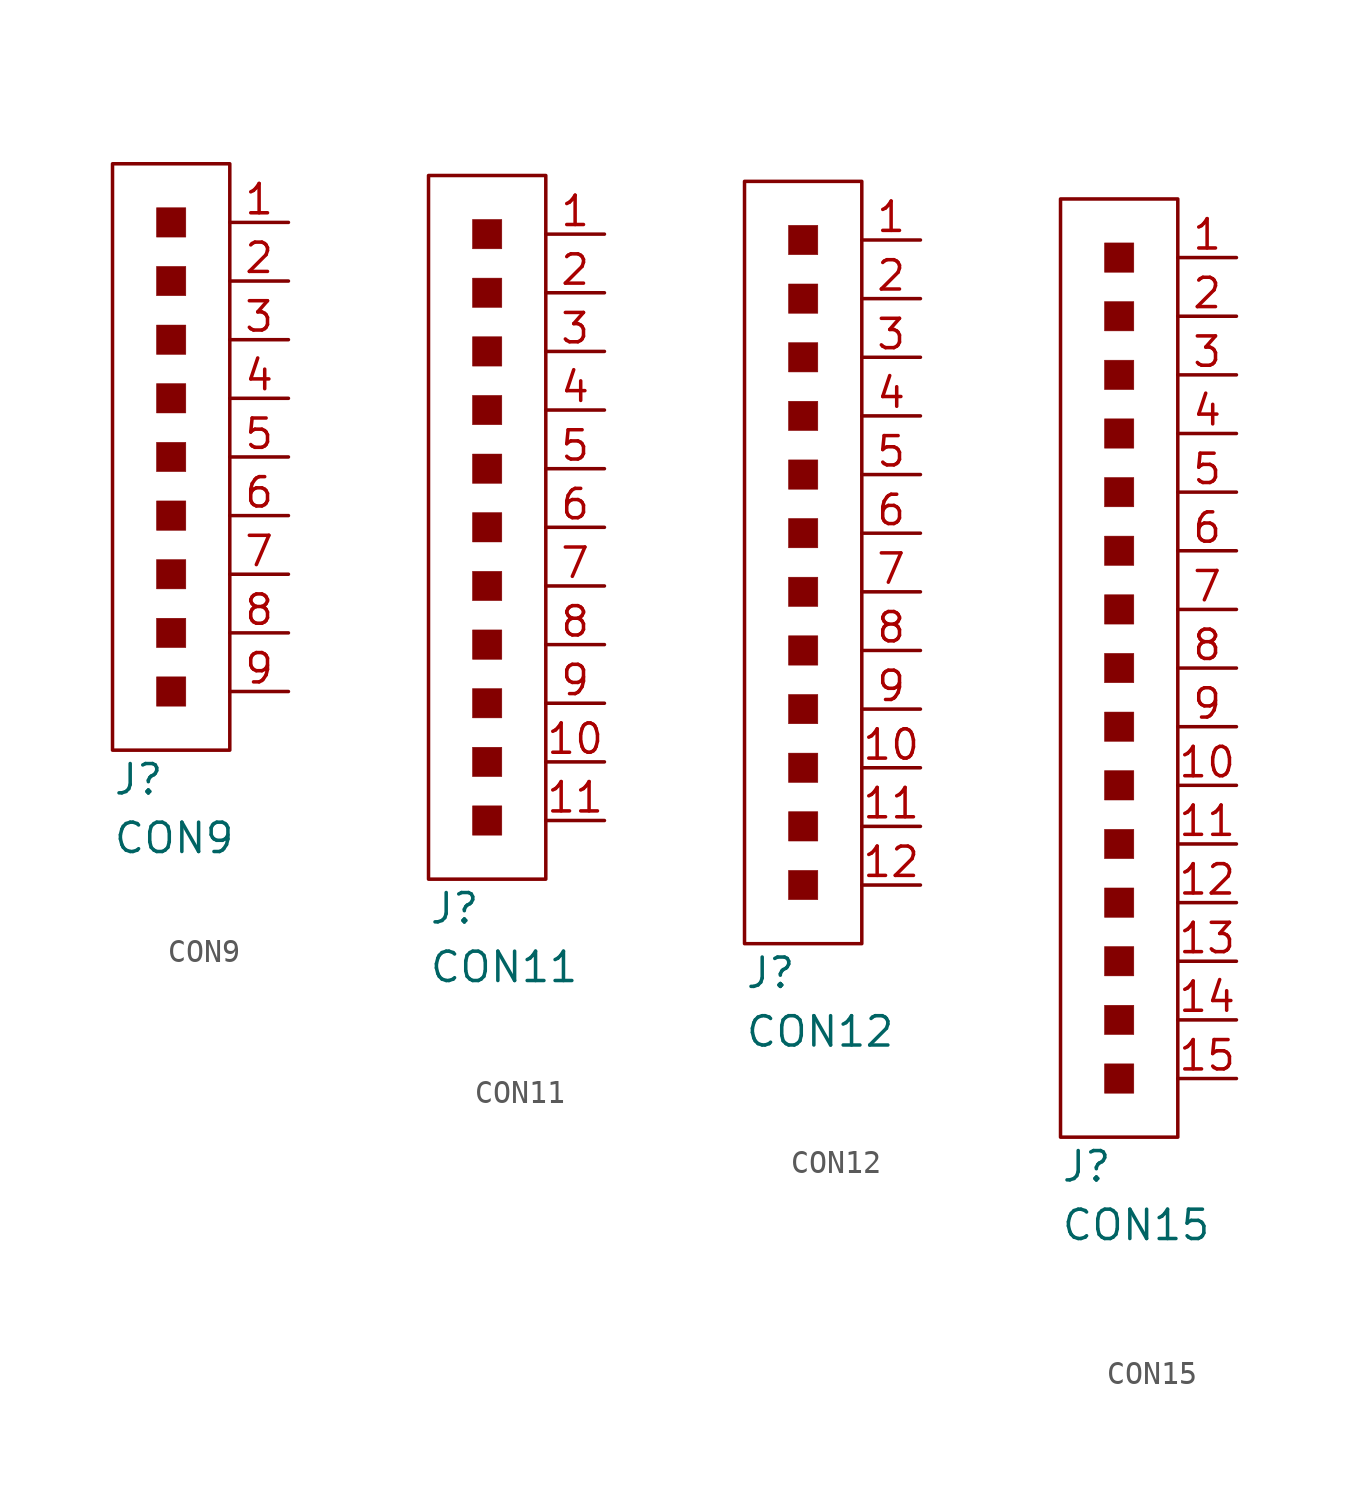
<source format=kicad_sym>
(kicad_symbol_lib
  (version 20211014)
  (generator kicad_symbol_editor)
  (symbol "CON9"
    (pin_names
      (offset 1.016))
    (property "Reference" "J"
      (at -5.08 -13.97 0)
      (effects (font (size 1.27 1.27)) (justify left)))
    (property "Value" "CON9"
      (at -5.08 -16.51 0)
      (effects (font (size 1.27 1.27)) (justify left)))
    (symbol "CON9_0_1"
      (rectangle (start -5.08 12.7) (end 0 -12.7) (stroke (width 0.152) (type default) (color 0 0 0 0)) (fill (type none)))
      (rectangle (start -3.175 -9.525) (end -1.905 -10.795) (stroke (width 0.001) (type default) (color 0 0 0 0)) (fill (type outline)))
      (rectangle (start -3.175 -6.985) (end -1.905 -8.255) (stroke (width 0.001) (type default) (color 0 0 0 0)) (fill (type outline)))
      (rectangle (start -3.175 -4.445) (end -1.905 -5.715) (stroke (width 0.001) (type default) (color 0 0 0 0)) (fill (type outline)))
      (rectangle (start -3.175 -1.905) (end -1.905 -3.175) (stroke (width 0.001) (type default) (color 0 0 0 0)) (fill (type outline)))
      (rectangle (start -3.175 0.635) (end -1.905 -0.635) (stroke (width 0.001) (type default) (color 0 0 0 0)) (fill (type outline)))
      (rectangle (start -3.175 3.175) (end -1.905 1.905) (stroke (width 0.001) (type default) (color 0 0 0 0)) (fill (type outline)))
      (rectangle (start -3.175 5.715) (end -1.905 4.445) (stroke (width 0.001) (type default) (color 0 0 0 0)) (fill (type outline)))
      (rectangle (start -3.175 8.255) (end -1.905 6.985) (stroke (width 0.001) (type default) (color 0 0 0 0)) (fill (type outline)))
      (rectangle (start -3.175 10.795) (end -1.905 9.525) (stroke (width 0.001) (type default) (color 0 0 0 0)) (fill (type outline))))
    (symbol "CON9_1_1"
      (pin passive line (at 2.54 10.16 180) (length 2.54) (name "~" (effects (font (size 1.27 1.27)))) (number "1" (effects (font (size 1.27 1.27)))))
      (pin passive line (at 2.54 7.62 180) (length 2.54) (name "~" (effects (font (size 1.27 1.27)))) (number "2" (effects (font (size 1.27 1.27)))))
      (pin passive line (at 2.54 5.08 180) (length 2.54) (name "~" (effects (font (size 1.27 1.27)))) (number "3" (effects (font (size 1.27 1.27)))))
      (pin passive line (at 2.54 2.54 180) (length 2.54) (name "~" (effects (font (size 1.27 1.27)))) (number "4" (effects (font (size 1.27 1.27)))))
      (pin passive line (at 2.54 0 180) (length 2.54) (name "~" (effects (font (size 1.27 1.27)))) (number "5" (effects (font (size 1.27 1.27)))))
      (pin passive line (at 2.54 -2.54 180) (length 2.54) (name "~" (effects (font (size 1.27 1.27)))) (number "6" (effects (font (size 1.27 1.27)))))
      (pin passive line (at 2.54 -5.08 180) (length 2.54) (name "~" (effects (font (size 1.27 1.27)))) (number "7" (effects (font (size 1.27 1.27)))))
      (pin passive line (at 2.54 -7.62 180) (length 2.54) (name "~" (effects (font (size 1.27 1.27)))) (number "8" (effects (font (size 1.27 1.27)))))
      (pin passive line (at 2.54 -10.16 180) (length 2.54) (name "~" (effects (font (size 1.27 1.27)))) (number "9" (effects (font (size 1.27 1.27)))))))
  (symbol "CON11"
    (pin_names
      (offset 1.016))
    (property "Reference" "J"
      (at -5.08 -16.51 0)
      (effects (font (size 1.27 1.27)) (justify left)))
    (property "Value" "CON11"
      (at -5.08 -19.05 0)
      (effects (font (size 1.27 1.27)) (justify left)))
    (symbol "CON11_0_1"
      (rectangle (start -5.08 15.24) (end 0 -15.24) (stroke (width 0.152) (type default) (color 0 0 0 0)) (fill (type none)))
      (rectangle (start -3.175 -12.065) (end -1.905 -13.335) (stroke (width 0.001) (type default) (color 0 0 0 0)) (fill (type outline)))
      (rectangle (start -3.175 -9.525) (end -1.905 -10.795) (stroke (width 0.001) (type default) (color 0 0 0 0)) (fill (type outline)))
      (rectangle (start -3.175 -6.985) (end -1.905 -8.255) (stroke (width 0.001) (type default) (color 0 0 0 0)) (fill (type outline)))
      (rectangle (start -3.175 -4.445) (end -1.905 -5.715) (stroke (width 0.001) (type default) (color 0 0 0 0)) (fill (type outline)))
      (rectangle (start -3.175 -1.905) (end -1.905 -3.175) (stroke (width 0.001) (type default) (color 0 0 0 0)) (fill (type outline)))
      (rectangle (start -3.175 0.635) (end -1.905 -0.635) (stroke (width 0.001) (type default) (color 0 0 0 0)) (fill (type outline)))
      (rectangle (start -3.175 3.175) (end -1.905 1.905) (stroke (width 0.001) (type default) (color 0 0 0 0)) (fill (type outline)))
      (rectangle (start -3.175 5.715) (end -1.905 4.445) (stroke (width 0.001) (type default) (color 0 0 0 0)) (fill (type outline)))
      (rectangle (start -3.175 8.255) (end -1.905 6.985) (stroke (width 0.001) (type default) (color 0 0 0 0)) (fill (type outline)))
      (rectangle (start -3.175 10.795) (end -1.905 9.525) (stroke (width 0.001) (type default) (color 0 0 0 0)) (fill (type outline)))
      (rectangle (start -3.175 13.335) (end -1.905 12.065) (stroke (width 0.001) (type default) (color 0 0 0 0)) (fill (type outline))))
    (symbol "CON11_1_1"
      (pin passive line (at 2.54 12.7 180) (length 2.54) (name "~" (effects (font (size 1.27 1.27)))) (number "1" (effects (font (size 1.27 1.27)))))
      (pin passive line (at 2.54 -10.16 180) (length 2.54) (name "~" (effects (font (size 1.27 1.27)))) (number "10" (effects (font (size 1.27 1.27)))))
      (pin passive line (at 2.54 -12.7 180) (length 2.54) (name "~" (effects (font (size 1.27 1.27)))) (number "11" (effects (font (size 1.27 1.27)))))
      (pin passive line (at 2.54 10.16 180) (length 2.54) (name "~" (effects (font (size 1.27 1.27)))) (number "2" (effects (font (size 1.27 1.27)))))
      (pin passive line (at 2.54 7.62 180) (length 2.54) (name "~" (effects (font (size 1.27 1.27)))) (number "3" (effects (font (size 1.27 1.27)))))
      (pin passive line (at 2.54 5.08 180) (length 2.54) (name "~" (effects (font (size 1.27 1.27)))) (number "4" (effects (font (size 1.27 1.27)))))
      (pin passive line (at 2.54 2.54 180) (length 2.54) (name "~" (effects (font (size 1.27 1.27)))) (number "5" (effects (font (size 1.27 1.27)))))
      (pin passive line (at 2.54 0 180) (length 2.54) (name "~" (effects (font (size 1.27 1.27)))) (number "6" (effects (font (size 1.27 1.27)))))
      (pin passive line (at 2.54 -2.54 180) (length 2.54) (name "~" (effects (font (size 1.27 1.27)))) (number "7" (effects (font (size 1.27 1.27)))))
      (pin passive line (at 2.54 -5.08 180) (length 2.54) (name "~" (effects (font (size 1.27 1.27)))) (number "8" (effects (font (size 1.27 1.27)))))
      (pin passive line (at 2.54 -7.62 180) (length 2.54) (name "~" (effects (font (size 1.27 1.27)))) (number "9" (effects (font (size 1.27 1.27)))))))
  (symbol "CON12"
    (pin_names
      (offset 1.016))
    (property "Reference" "J"
      (at -5.08 -19.05 0)
      (effects (font (size 1.27 1.27)) (justify left)))
    (property "Value" "CON12"
      (at -5.08 -21.59 0)
      (effects (font (size 1.27 1.27)) (justify left)))
    (symbol "CON12_0_1"
      (rectangle (start -5.08 15.24) (end 0 -17.78) (stroke (width 0.152) (type default) (color 0 0 0 0)) (fill (type none)))
      (rectangle (start -3.175 -14.605) (end -1.905 -15.875) (stroke (width 0.001) (type default) (color 0 0 0 0)) (fill (type outline)))
      (rectangle (start -3.175 -12.065) (end -1.905 -13.335) (stroke (width 0.001) (type default) (color 0 0 0 0)) (fill (type outline)))
      (rectangle (start -3.175 -9.525) (end -1.905 -10.795) (stroke (width 0.001) (type default) (color 0 0 0 0)) (fill (type outline)))
      (rectangle (start -3.175 -6.985) (end -1.905 -8.255) (stroke (width 0.001) (type default) (color 0 0 0 0)) (fill (type outline)))
      (rectangle (start -3.175 -4.445) (end -1.905 -5.715) (stroke (width 0.001) (type default) (color 0 0 0 0)) (fill (type outline)))
      (rectangle (start -3.175 -1.905) (end -1.905 -3.175) (stroke (width 0.001) (type default) (color 0 0 0 0)) (fill (type outline)))
      (rectangle (start -3.175 0.635) (end -1.905 -0.635) (stroke (width 0.001) (type default) (color 0 0 0 0)) (fill (type outline)))
      (rectangle (start -3.175 3.175) (end -1.905 1.905) (stroke (width 0.001) (type default) (color 0 0 0 0)) (fill (type outline)))
      (rectangle (start -3.175 5.715) (end -1.905 4.445) (stroke (width 0.001) (type default) (color 0 0 0 0)) (fill (type outline)))
      (rectangle (start -3.175 8.255) (end -1.905 6.985) (stroke (width 0.001) (type default) (color 0 0 0 0)) (fill (type outline)))
      (rectangle (start -3.175 10.795) (end -1.905 9.525) (stroke (width 0.001) (type default) (color 0 0 0 0)) (fill (type outline)))
      (rectangle (start -3.175 13.335) (end -1.905 12.065) (stroke (width 0.001) (type default) (color 0 0 0 0)) (fill (type outline))))
    (symbol "CON12_1_1"
      (pin passive line (at 2.54 12.7 180) (length 2.54) (name "~" (effects (font (size 1.27 1.27)))) (number "1" (effects (font (size 1.27 1.27)))))
      (pin passive line (at 2.54 -10.16 180) (length 2.54) (name "~" (effects (font (size 1.27 1.27)))) (number "10" (effects (font (size 1.27 1.27)))))
      (pin passive line (at 2.54 -12.7 180) (length 2.54) (name "~" (effects (font (size 1.27 1.27)))) (number "11" (effects (font (size 1.27 1.27)))))
      (pin passive line (at 2.54 -15.24 180) (length 2.54) (name "~" (effects (font (size 1.27 1.27)))) (number "12" (effects (font (size 1.27 1.27)))))
      (pin passive line (at 2.54 10.16 180) (length 2.54) (name "~" (effects (font (size 1.27 1.27)))) (number "2" (effects (font (size 1.27 1.27)))))
      (pin passive line (at 2.54 7.62 180) (length 2.54) (name "~" (effects (font (size 1.27 1.27)))) (number "3" (effects (font (size 1.27 1.27)))))
      (pin passive line (at 2.54 5.08 180) (length 2.54) (name "~" (effects (font (size 1.27 1.27)))) (number "4" (effects (font (size 1.27 1.27)))))
      (pin passive line (at 2.54 2.54 180) (length 2.54) (name "~" (effects (font (size 1.27 1.27)))) (number "5" (effects (font (size 1.27 1.27)))))
      (pin passive line (at 2.54 0 180) (length 2.54) (name "~" (effects (font (size 1.27 1.27)))) (number "6" (effects (font (size 1.27 1.27)))))
      (pin passive line (at 2.54 -2.54 180) (length 2.54) (name "~" (effects (font (size 1.27 1.27)))) (number "7" (effects (font (size 1.27 1.27)))))
      (pin passive line (at 2.54 -5.08 180) (length 2.54) (name "~" (effects (font (size 1.27 1.27)))) (number "8" (effects (font (size 1.27 1.27)))))
      (pin passive line (at 2.54 -7.62 180) (length 2.54) (name "~" (effects (font (size 1.27 1.27)))) (number "9" (effects (font (size 1.27 1.27)))))))
  (symbol "CON15"
    (pin_names
      (offset 1.016))
    (property "Reference" "J"
      (at -5.08 -26.67 0)
      (effects (font (size 1.27 1.27)) (justify left)))
    (property "Value" "CON15"
      (at -5.08 -29.21 0)
      (effects (font (size 1.27 1.27)) (justify left)))
    (symbol "CON15_0_1"
      (rectangle (start -5.08 15.24) (end 0 -25.4) (stroke (width 0.152) (type default) (color 0 0 0 0)) (fill (type none)))
      (rectangle (start -3.175 -22.225) (end -1.905 -23.495) (stroke (width 0.001) (type default) (color 0 0 0 0)) (fill (type outline)))
      (rectangle (start -3.175 -19.685) (end -1.905 -20.955) (stroke (width 0.001) (type default) (color 0 0 0 0)) (fill (type outline)))
      (rectangle (start -3.175 -17.145) (end -1.905 -18.415) (stroke (width 0.001) (type default) (color 0 0 0 0)) (fill (type outline)))
      (rectangle (start -3.175 -14.605) (end -1.905 -15.875) (stroke (width 0.001) (type default) (color 0 0 0 0)) (fill (type outline)))
      (rectangle (start -3.175 -12.065) (end -1.905 -13.335) (stroke (width 0.001) (type default) (color 0 0 0 0)) (fill (type outline)))
      (rectangle (start -3.175 -9.525) (end -1.905 -10.795) (stroke (width 0.001) (type default) (color 0 0 0 0)) (fill (type outline)))
      (rectangle (start -3.175 -6.985) (end -1.905 -8.255) (stroke (width 0.001) (type default) (color 0 0 0 0)) (fill (type outline)))
      (rectangle (start -3.175 -4.445) (end -1.905 -5.715) (stroke (width 0.001) (type default) (color 0 0 0 0)) (fill (type outline)))
      (rectangle (start -3.175 -1.905) (end -1.905 -3.175) (stroke (width 0.001) (type default) (color 0 0 0 0)) (fill (type outline)))
      (rectangle (start -3.175 0.635) (end -1.905 -0.635) (stroke (width 0.001) (type default) (color 0 0 0 0)) (fill (type outline)))
      (rectangle (start -3.175 3.175) (end -1.905 1.905) (stroke (width 0.001) (type default) (color 0 0 0 0)) (fill (type outline)))
      (rectangle (start -3.175 5.715) (end -1.905 4.445) (stroke (width 0.001) (type default) (color 0 0 0 0)) (fill (type outline)))
      (rectangle (start -3.175 8.255) (end -1.905 6.985) (stroke (width 0.001) (type default) (color 0 0 0 0)) (fill (type outline)))
      (rectangle (start -3.175 10.795) (end -1.905 9.525) (stroke (width 0.001) (type default) (color 0 0 0 0)) (fill (type outline)))
      (rectangle (start -3.175 13.335) (end -1.905 12.065) (stroke (width 0.001) (type default) (color 0 0 0 0)) (fill (type outline))))
    (symbol "CON15_1_1"
      (pin passive line (at 2.54 12.7 180) (length 2.54) (name "~" (effects (font (size 1.27 1.27)))) (number "1" (effects (font (size 1.27 1.27)))))
      (pin passive line (at 2.54 -10.16 180) (length 2.54) (name "~" (effects (font (size 1.27 1.27)))) (number "10" (effects (font (size 1.27 1.27)))))
      (pin passive line (at 2.54 -12.7 180) (length 2.54) (name "~" (effects (font (size 1.27 1.27)))) (number "11" (effects (font (size 1.27 1.27)))))
      (pin passive line (at 2.54 -15.24 180) (length 2.54) (name "~" (effects (font (size 1.27 1.27)))) (number "12" (effects (font (size 1.27 1.27)))))
      (pin passive line (at 2.54 -17.78 180) (length 2.54) (name "~" (effects (font (size 1.27 1.27)))) (number "13" (effects (font (size 1.27 1.27)))))
      (pin passive line (at 2.54 -20.32 180) (length 2.54) (name "~" (effects (font (size 1.27 1.27)))) (number "14" (effects (font (size 1.27 1.27)))))
      (pin passive line (at 2.54 -22.86 180) (length 2.54) (name "~" (effects (font (size 1.27 1.27)))) (number "15" (effects (font (size 1.27 1.27)))))
      (pin passive line (at 2.54 10.16 180) (length 2.54) (name "~" (effects (font (size 1.27 1.27)))) (number "2" (effects (font (size 1.27 1.27)))))
      (pin passive line (at 2.54 7.62 180) (length 2.54) (name "~" (effects (font (size 1.27 1.27)))) (number "3" (effects (font (size 1.27 1.27)))))
      (pin passive line (at 2.54 5.08 180) (length 2.54) (name "~" (effects (font (size 1.27 1.27)))) (number "4" (effects (font (size 1.27 1.27)))))
      (pin passive line (at 2.54 2.54 180) (length 2.54) (name "~" (effects (font (size 1.27 1.27)))) (number "5" (effects (font (size 1.27 1.27)))))
      (pin passive line (at 2.54 0 180) (length 2.54) (name "~" (effects (font (size 1.27 1.27)))) (number "6" (effects (font (size 1.27 1.27)))))
      (pin passive line (at 2.54 -2.54 180) (length 2.54) (name "~" (effects (font (size 1.27 1.27)))) (number "7" (effects (font (size 1.27 1.27)))))
      (pin passive line (at 2.54 -5.08 180) (length 2.54) (name "~" (effects (font (size 1.27 1.27)))) (number "8" (effects (font (size 1.27 1.27)))))
      (pin passive line (at 2.54 -7.62 180) (length 2.54) (name "~" (effects (font (size 1.27 1.27)))) (number "9" (effects (font (size 1.27 1.27))))))))
</source>
